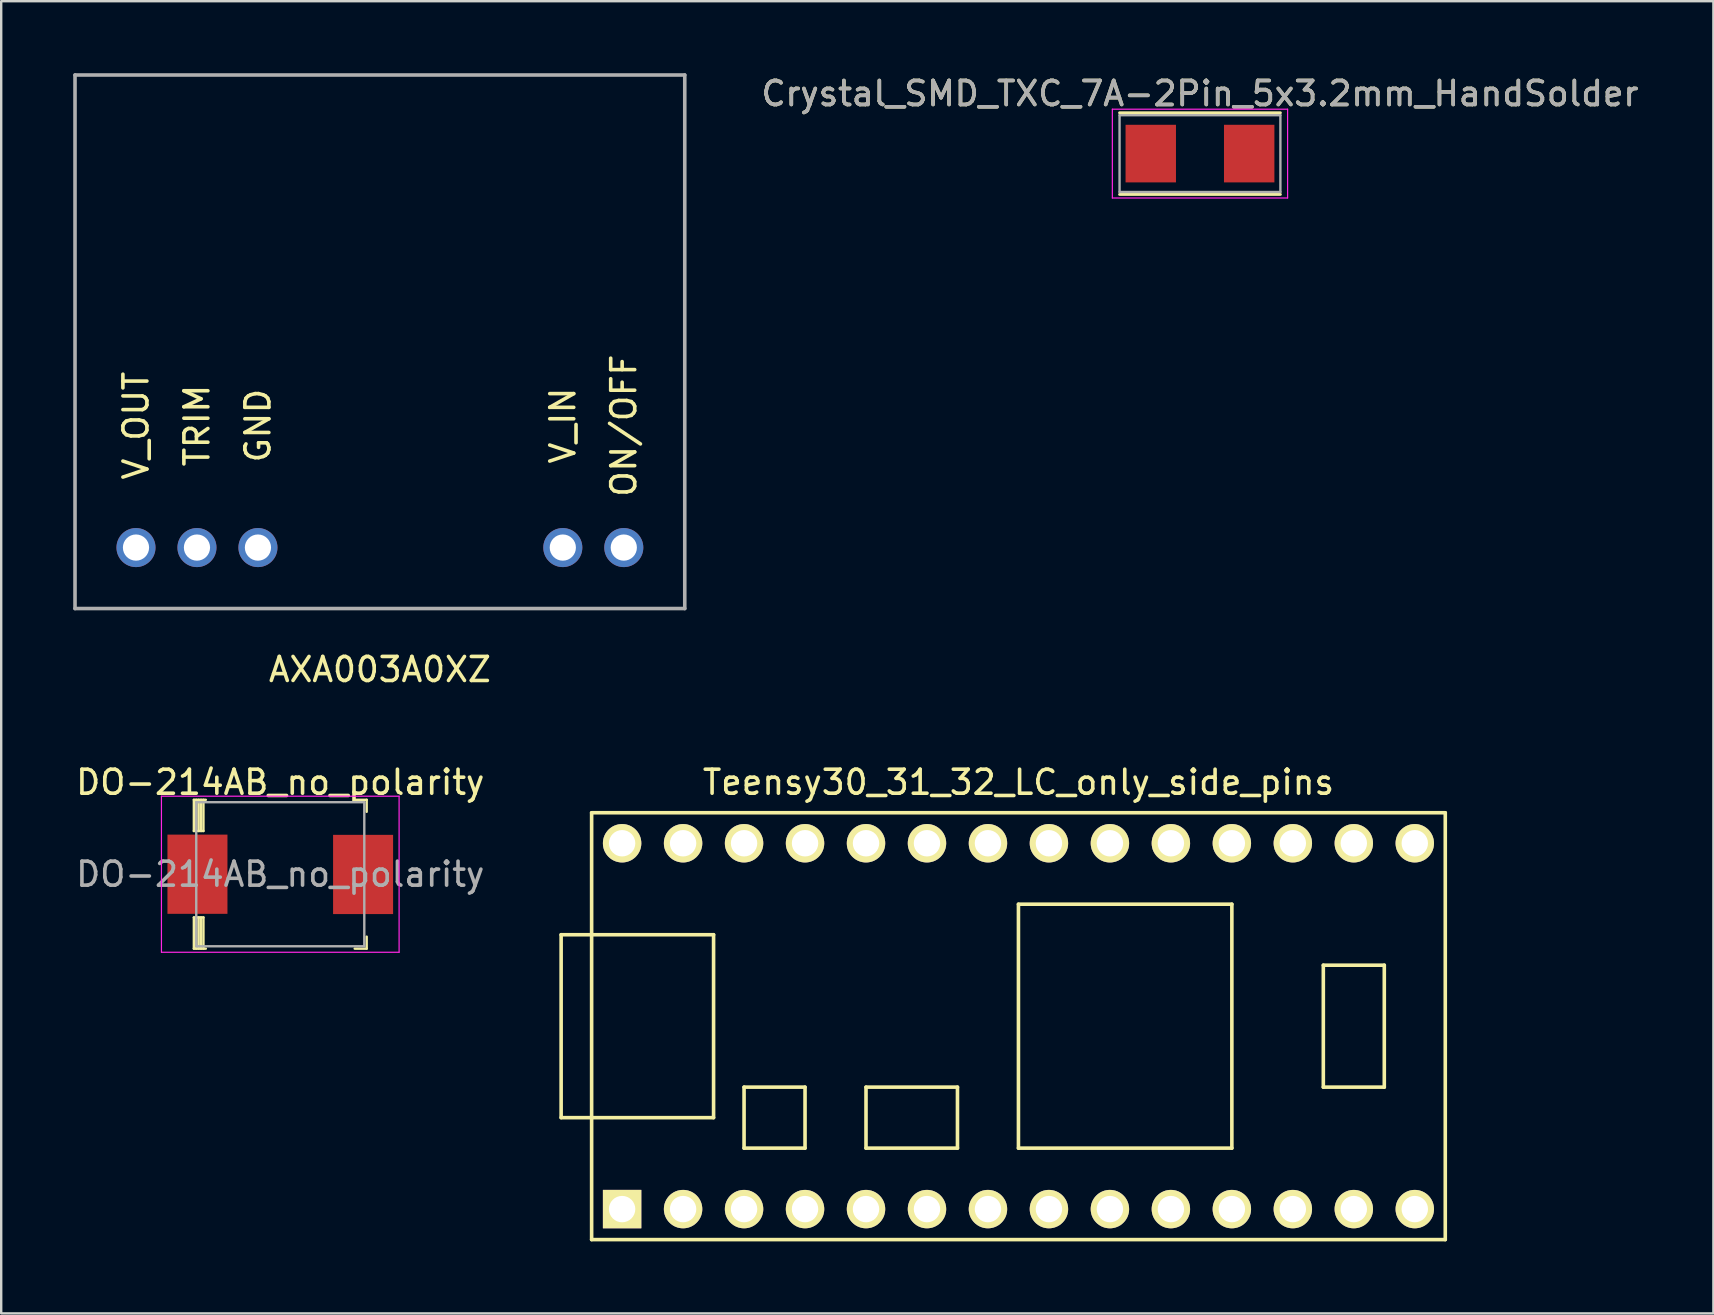
<source format=kicad_pcb>
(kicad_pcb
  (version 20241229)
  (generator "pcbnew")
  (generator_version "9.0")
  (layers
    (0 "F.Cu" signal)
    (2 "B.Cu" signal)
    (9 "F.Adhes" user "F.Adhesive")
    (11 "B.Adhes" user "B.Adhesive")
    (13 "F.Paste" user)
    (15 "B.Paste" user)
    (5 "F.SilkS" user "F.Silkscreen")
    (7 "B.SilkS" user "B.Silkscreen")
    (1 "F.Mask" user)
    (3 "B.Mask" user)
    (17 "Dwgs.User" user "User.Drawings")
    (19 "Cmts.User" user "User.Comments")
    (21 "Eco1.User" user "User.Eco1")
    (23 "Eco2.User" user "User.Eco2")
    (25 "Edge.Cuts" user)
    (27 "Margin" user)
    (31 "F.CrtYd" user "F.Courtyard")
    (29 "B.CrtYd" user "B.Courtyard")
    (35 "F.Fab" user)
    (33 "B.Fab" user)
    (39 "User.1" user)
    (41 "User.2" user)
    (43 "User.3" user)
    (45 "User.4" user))
  (footprint "Teensy30_31_32_LC_only_side_pins"
    (layer "F.Cu")
    (at 39.375 39.697)
    (property "Reference" "Teensy30_31_32_LC_only_side_pins" (at 0 -10.16 0) (layer "F.SilkS") (effects (font (size 1 1) (thickness 0.15))))
    (attr through_hole)
    (fp_line (start -19.05 -3.81) (end -17.78 -3.81) (stroke (width 0.15) (type solid)) (layer "F.SilkS"))
    (fp_line (start -19.05 3.81) (end -19.05 -3.81) (stroke (width 0.15) (type solid)) (layer "F.SilkS"))
    (fp_line (start -17.78 -8.89) (end 17.78 -8.89) (stroke (width 0.15) (type solid)) (layer "F.SilkS"))
    (fp_line (start -17.78 3.81) (end -19.05 3.81) (stroke (width 0.15) (type solid)) (layer "F.SilkS"))
    (fp_line (start -17.78 8.89) (end -17.78 -8.89) (stroke (width 0.15) (type solid)) (layer "F.SilkS"))
    (fp_line (start -12.7 -3.81) (end -17.78 -3.81) (stroke (width 0.15) (type solid)) (layer "F.SilkS"))
    (fp_line (start -12.7 3.81) (end -17.78 3.81) (stroke (width 0.15) (type solid)) (layer "F.SilkS"))
    (fp_line (start -12.7 3.81) (end -12.7 -3.81) (stroke (width 0.15) (type solid)) (layer "F.SilkS"))
    (fp_line (start -11.43 2.54) (end -11.43 5.08) (stroke (width 0.15) (type solid)) (layer "F.SilkS"))
    (fp_line (start -11.43 5.08) (end -8.89 5.08) (stroke (width 0.15) (type solid)) (layer "F.SilkS"))
    (fp_line (start -8.89 2.54) (end -11.43 2.54) (stroke (width 0.15) (type solid)) (layer "F.SilkS"))
    (fp_line (start -8.89 5.08) (end -8.89 2.54) (stroke (width 0.15) (type solid)) (layer "F.SilkS"))
    (fp_line (start -6.35 2.54) (end -6.35 5.08) (stroke (width 0.15) (type solid)) (layer "F.SilkS"))
    (fp_line (start -6.35 5.08) (end -2.54 5.08) (stroke (width 0.15) (type solid)) (layer "F.SilkS"))
    (fp_line (start -2.54 2.54) (end -6.35 2.54) (stroke (width 0.15) (type solid)) (layer "F.SilkS"))
    (fp_line (start -2.54 5.08) (end -2.54 2.54) (stroke (width 0.15) (type solid)) (layer "F.SilkS"))
    (fp_line (start 0 -5.08) (end 0 5.08) (stroke (width 0.15) (type solid)) (layer "F.SilkS"))
    (fp_line (start 8.89 -5.08) (end 0 -5.08) (stroke (width 0.15) (type solid)) (layer "F.SilkS"))
    (fp_line (start 8.89 5.08) (end 0 5.08) (stroke (width 0.15) (type solid)) (layer "F.SilkS"))
    (fp_line (start 8.89 5.08) (end 8.89 -5.08) (stroke (width 0.15) (type solid)) (layer "F.SilkS"))
    (fp_line (start 12.7 -2.54) (end 15.24 -2.54) (stroke (width 0.15) (type solid)) (layer "F.SilkS"))
    (fp_line (start 12.7 2.54) (end 12.7 -2.54) (stroke (width 0.15) (type solid)) (layer "F.SilkS"))
    (fp_line (start 15.24 -2.54) (end 15.24 2.54) (stroke (width 0.15) (type solid)) (layer "F.SilkS"))
    (fp_line (start 15.24 2.54) (end 12.7 2.54) (stroke (width 0.15) (type solid)) (layer "F.SilkS"))
    (fp_line (start 17.78 -8.89) (end 17.78 8.89) (stroke (width 0.15) (type solid)) (layer "F.SilkS"))
    (fp_line (start 17.78 8.89) (end -17.78 8.89) (stroke (width 0.15) (type solid)) (layer "F.SilkS"))
    (pad "1" thru_hole rect (at -16.51 7.62) (size 1.6 1.6) (drill 1.1) (layers "*.Cu" "*.Mask" "F.SilkS"))
    (pad "2" thru_hole circle (at -13.97 7.62) (size 1.6 1.6) (drill 1.1) (layers "*.Cu" "*.Mask" "F.SilkS"))
    (pad "3" thru_hole circle (at -11.43 7.62) (size 1.6 1.6) (drill 1.1) (layers "*.Cu" "*.Mask" "F.SilkS"))
    (pad "4" thru_hole circle (at -8.89 7.62) (size 1.6 1.6) (drill 1.1) (layers "*.Cu" "*.Mask" "F.SilkS"))
    (pad "5" thru_hole circle (at -6.35 7.62) (size 1.6 1.6) (drill 1.1) (layers "*.Cu" "*.Mask" "F.SilkS"))
    (pad "6" thru_hole circle (at -3.81 7.62) (size 1.6 1.6) (drill 1.1) (layers "*.Cu" "*.Mask" "F.SilkS"))
    (pad "7" thru_hole circle (at -1.27 7.62) (size 1.6 1.6) (drill 1.1) (layers "*.Cu" "*.Mask" "F.SilkS"))
    (pad "8" thru_hole circle (at 1.27 7.62) (size 1.6 1.6) (drill 1.1) (layers "*.Cu" "*.Mask" "F.SilkS"))
    (pad "9" thru_hole circle (at 3.81 7.62) (size 1.6 1.6) (drill 1.1) (layers "*.Cu" "*.Mask" "F.SilkS"))
    (pad "10" thru_hole circle (at 6.35 7.62) (size 1.6 1.6) (drill 1.1) (layers "*.Cu" "*.Mask" "F.SilkS"))
    (pad "11" thru_hole circle (at 8.89 7.62) (size 1.6 1.6) (drill 1.1) (layers "*.Cu" "*.Mask" "F.SilkS"))
    (pad "12" thru_hole circle (at 11.43 7.62) (size 1.6 1.6) (drill 1.1) (layers "*.Cu" "*.Mask" "F.SilkS"))
    (pad "13" thru_hole circle (at 13.97 7.62) (size 1.6 1.6) (drill 1.1) (layers "*.Cu" "*.Mask" "F.SilkS"))
    (pad "14" thru_hole circle (at 16.51 7.62) (size 1.6 1.6) (drill 1.1) (layers "*.Cu" "*.Mask" "F.SilkS"))
    (pad "20" thru_hole circle (at 16.51 -7.62) (size 1.6 1.6) (drill 1.1) (layers "*.Cu" "*.Mask" "F.SilkS"))
    (pad "21" thru_hole circle (at 13.97 -7.62) (size 1.6 1.6) (drill 1.1) (layers "*.Cu" "*.Mask" "F.SilkS"))
    (pad "22" thru_hole circle (at 11.43 -7.62) (size 1.6 1.6) (drill 1.1) (layers "*.Cu" "*.Mask" "F.SilkS"))
    (pad "23" thru_hole circle (at 8.89 -7.62) (size 1.6 1.6) (drill 1.1) (layers "*.Cu" "*.Mask" "F.SilkS"))
    (pad "24" thru_hole circle (at 6.35 -7.62) (size 1.6 1.6) (drill 1.1) (layers "*.Cu" "*.Mask" "F.SilkS"))
    (pad "25" thru_hole circle (at 3.81 -7.62) (size 1.6 1.6) (drill 1.1) (layers "*.Cu" "*.Mask" "F.SilkS"))
    (pad "26" thru_hole circle (at 1.27 -7.62) (size 1.6 1.6) (drill 1.1) (layers "*.Cu" "*.Mask" "F.SilkS"))
    (pad "27" thru_hole circle (at -1.27 -7.62) (size 1.6 1.6) (drill 1.1) (layers "*.Cu" "*.Mask" "F.SilkS"))
    (pad "28" thru_hole circle (at -3.81 -7.62) (size 1.6 1.6) (drill 1.1) (layers "*.Cu" "*.Mask" "F.SilkS"))
    (pad "29" thru_hole circle (at -6.35 -7.62) (size 1.6 1.6) (drill 1.1) (layers "*.Cu" "*.Mask" "F.SilkS"))
    (pad "30" thru_hole circle (at -8.89 -7.62) (size 1.6 1.6) (drill 1.1) (layers "*.Cu" "*.Mask" "F.SilkS"))
    (pad "31" thru_hole circle (at -11.43 -7.62) (size 1.6 1.6) (drill 1.1) (layers "*.Cu" "*.Mask" "F.SilkS"))
    (pad "32" thru_hole circle (at -13.97 -7.62) (size 1.6 1.6) (drill 1.1) (layers "*.Cu" "*.Mask" "F.SilkS"))
    (pad "33" thru_hole circle (at -16.51 -7.62) (size 1.6 1.6) (drill 1.1) (layers "*.Cu" "*.Mask" "F.SilkS")))
  (footprint "Crystal_SMD_TXC_7A-2Pin_5x3.2mm_HandSolder"
    (layer "F.Cu")
    (at 46.937 3.348)
    (property "Reference" "Crystal_SMD_TXC_7A-2Pin_5x3.2mm_HandSolder" (at 0 -2.5 0) (layer "F.SilkS") (effects (font (size 1 1) (thickness 0.15))))
    (attr smd)
    (fp_line (start -3.35 -1.7) (end 3.35 -1.7) (stroke (width 0.12) (type solid)) (layer "F.SilkS"))
    (fp_line (start -3.35 1.7) (end 3.35 1.7) (stroke (width 0.12) (type solid)) (layer "F.SilkS"))
    (fp_line (start -3.65 -1.85) (end -3.65 1.85) (stroke (width 0.05) (type solid)) (layer "F.CrtYd"))
    (fp_line (start -3.65 -1.85) (end 3.65 -1.85) (stroke (width 0.05) (type solid)) (layer "F.CrtYd"))
    (fp_line (start 3.65 -1.85) (end 3.65 1.85) (stroke (width 0.05) (type solid)) (layer "F.CrtYd"))
    (fp_line (start 3.65 1.85) (end -3.65 1.85) (stroke (width 0.05) (type solid)) (layer "F.CrtYd"))
    (fp_line (start -3.35 -1.6) (end -3.35 1.6) (stroke (width 0.1) (type solid)) (layer "F.Fab"))
    (fp_line (start -3.35 -1.6) (end 3.35 -1.6) (stroke (width 0.1) (type solid)) (layer "F.Fab"))
    (fp_line (start -3.35 1.6) (end 3.35 1.6) (stroke (width 0.1) (type solid)) (layer "F.Fab"))
    (fp_line (start 3.35 -1.6) (end 3.35 1.6) (stroke (width 0.1) (type solid)) (layer "F.Fab"))
    (fp_text user "${REFERENCE}" (at 0 -2.5 0) (layer "F.Fab") (effects (font (size 1 1) (thickness 0.15))))
    (pad "1" smd rect (at -2.05 0) (size 2.1 2.4) (layers "F.Cu" "F.Mask" "F.Paste"))
    (pad "2" smd rect (at 2.05 0) (size 2.1 2.4) (layers "F.Cu" "F.Mask" "F.Paste")))
  (footprint "AXA003A0XZ"
    (layer "F.Cu")
    (at 12.775 17.22)
    (property "Reference" "AXA003A0XZ" (at 0 7.62 0) (layer "F.SilkS") (effects (font (size 1 1) (thickness 0.15))))
    (attr through_hole)
    (fp_line (start -12.7 -17.145) (end 12.7 -17.145) (stroke (width 0.15) (type solid)) (layer "F.Fab"))
    (fp_line (start -12.7 5.08) (end -12.7 -17.145) (stroke (width 0.15) (type solid)) (layer "F.Fab"))
    (fp_line (start 12.7 -17.145) (end 12.7 5.08) (stroke (width 0.15) (type solid)) (layer "F.Fab"))
    (fp_line (start 12.7 5.08) (end -12.7 5.08) (stroke (width 0.15) (type solid)) (layer "F.Fab"))
    (fp_text user "V_OUT" (at -10.16 -2.54 270) (layer "F.SilkS") (effects (font (size 1 1) (thickness 0.15))))
    (fp_text user "ON/OFF" (at 10.16 -2.54 90) (layer "F.SilkS") (effects (font (size 1 1) (thickness 0.15))))
    (fp_text user "GND" (at -5.08 -2.54 90) (layer "F.SilkS") (effects (font (size 1 1) (thickness 0.15))))
    (fp_text user "TRIM" (at -7.62 -2.54 90) (layer "F.SilkS") (effects (font (size 1 1) (thickness 0.15))))
    (fp_text user "V_IN" (at 7.62 -2.54 90) (layer "F.SilkS") (effects (font (size 1 1) (thickness 0.15))))
    (pad "1" thru_hole circle (at -10.16 2.54) (size 1.626 1.626) (drill 1.092) (layers "*.Cu" "*.Mask"))
    (pad "2" thru_hole circle (at -7.62 2.54) (size 1.626 1.626) (drill 1.092) (layers "*.Cu" "*.Mask"))
    (pad "3" thru_hole circle (at -5.08 2.54) (size 1.626 1.626) (drill 1.092) (layers "*.Cu" "*.Mask"))
    (pad "4" thru_hole circle (at 7.62 2.54) (size 1.626 1.626) (drill 1.092) (layers "*.Cu" "*.Mask"))
    (pad "5" thru_hole circle (at 10.16 2.54) (size 1.626 1.626) (drill 1.092) (layers "*.Cu" "*.Mask")))
  (footprint "DO-214AB_no_polarity"
    (layer "F.Cu")
    (at 8.625 33.367)
    (property "Reference" "DO-214AB_no_polarity" (at 0 -3.83 0) (layer "F.SilkS") (effects (font (size 1 1) (thickness 0.15))))
    (attr smd)
    (fp_line (start -3.6 -3.1) (end -3.6 -1.8) (stroke (width 0.1) (type solid)) (layer "F.SilkS"))
    (fp_line (start -3.6 -3.1) (end -3.1 -3.1) (stroke (width 0.1) (type solid)) (layer "F.SilkS"))
    (fp_line (start -3.6 -1.8) (end -3.2 -1.8) (stroke (width 0.1) (type solid)) (layer "F.SilkS"))
    (fp_line (start -3.6 1.8) (end -3.2 1.8) (stroke (width 0.1) (type solid)) (layer "F.SilkS"))
    (fp_line (start -3.6 3.1) (end -3.6 1.8) (stroke (width 0.1) (type solid)) (layer "F.SilkS"))
    (fp_line (start -3.6 3.1) (end -3.1 3.1) (stroke (width 0.1) (type solid)) (layer "F.SilkS"))
    (fp_line (start -3.5 -3.1) (end -3.5 -1.8) (stroke (width 0.1) (type solid)) (layer "F.SilkS"))
    (fp_line (start -3.5 3.1) (end -3.5 1.8) (stroke (width 0.1) (type solid)) (layer "F.SilkS"))
    (fp_line (start -3.4 -3.1) (end -3.4 -1.8) (stroke (width 0.1) (type solid)) (layer "F.SilkS"))
    (fp_line (start -3.4 3.1) (end -3.4 1.8) (stroke (width 0.1) (type solid)) (layer "F.SilkS"))
    (fp_line (start -3.3 -3.1) (end -3.3 -1.8) (stroke (width 0.1) (type solid)) (layer "F.SilkS"))
    (fp_line (start -3.3 3.1) (end -3.3 1.8) (stroke (width 0.1) (type solid)) (layer "F.SilkS"))
    (fp_line (start -3.2 -3.1) (end -3.2 -1.8) (stroke (width 0.1) (type solid)) (layer "F.SilkS"))
    (fp_line (start -3.2 3.1) (end -3.2 1.8) (stroke (width 0.1) (type solid)) (layer "F.SilkS"))
    (fp_line (start 3.6 -3.1) (end 3.1 -3.1) (stroke (width 0.1) (type solid)) (layer "F.SilkS"))
    (fp_line (start 3.6 -3.1) (end 3.6 -2.6) (stroke (width 0.1) (type solid)) (layer "F.SilkS"))
    (fp_line (start 3.6 3.1) (end 3.1 3.1) (stroke (width 0.1) (type solid)) (layer "F.SilkS"))
    (fp_line (start 3.6 3.1) (end 3.6 2.6) (stroke (width 0.1) (type solid)) (layer "F.SilkS"))
    (fp_line (start -4.95 -3.25) (end 4.95 -3.25) (stroke (width 0.05) (type solid)) (layer "F.CrtYd"))
    (fp_line (start -4.95 3.25) (end -4.95 -3.25) (stroke (width 0.05) (type solid)) (layer "F.CrtYd"))
    (fp_line (start -4.95 3.25) (end 4.95 3.25) (stroke (width 0.05) (type solid)) (layer "F.CrtYd"))
    (fp_line (start 4.95 3.25) (end 4.95 -3.25) (stroke (width 0.05) (type solid)) (layer "F.CrtYd"))
    (fp_line (start -3.5 -3) (end -3.5 3) (stroke (width 0.1) (type solid)) (layer "F.Fab"))
    (fp_line (start -3.5 -3) (end 3.5 -3) (stroke (width 0.1) (type solid)) (layer "F.Fab"))
    (fp_line (start -3.5 3) (end 3.5 3) (stroke (width 0.1) (type solid)) (layer "F.Fab"))
    (fp_line (start 3.5 -3) (end 3.5 3) (stroke (width 0.1) (type solid)) (layer "F.Fab"))
    (fp_text user "${REFERENCE}" (at 0 0 0) (layer "F.Fab") (effects (font (size 1 1) (thickness 0.15))))
    (pad "1" smd rect (at -3.45 0) (size 2.5 3.3) (layers "F.Cu" "F.Mask" "F.Paste"))
    (pad "2" smd rect (at 3.45 0.01) (size 2.5 3.3) (layers "F.Cu" "F.Mask" "F.Paste")))
  (gr_rect
    (start -3 -3)
    (end 68.324 51.661)
    (stroke (width 0.1) (type default))
    (fill no)
    (layer "Edge.Cuts")))
</source>
